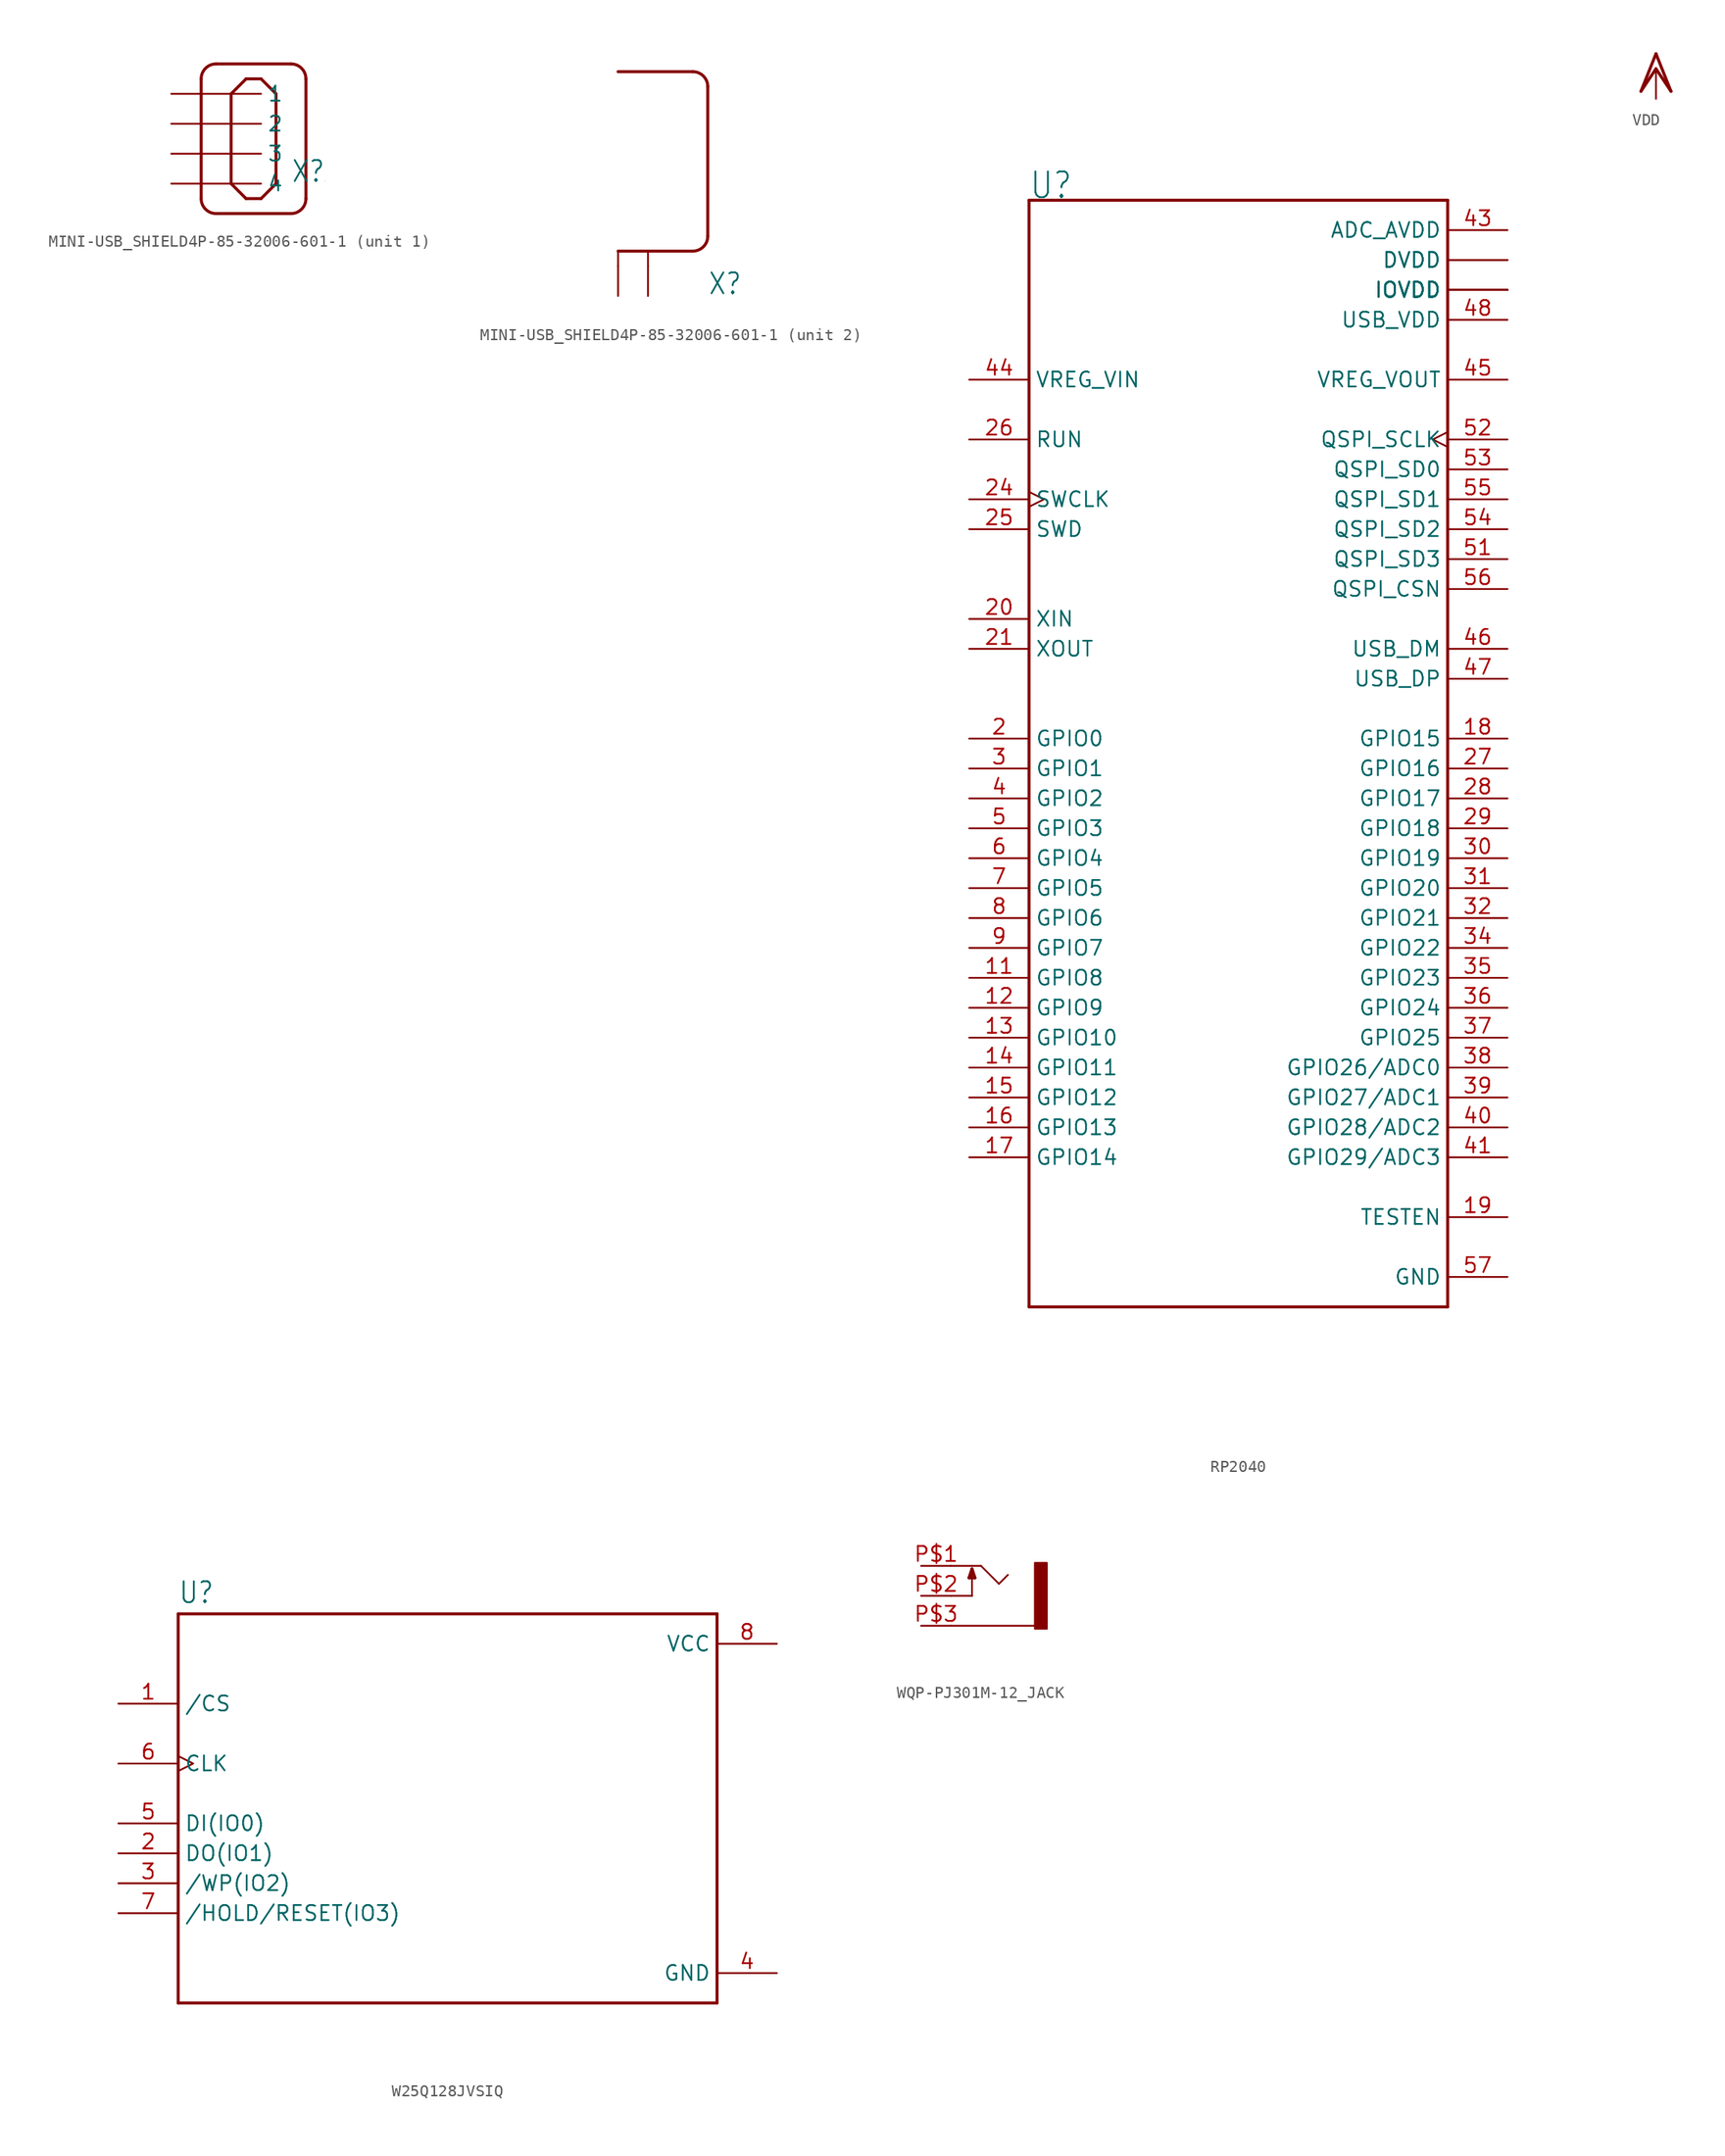
<source format=kicad_sym>
(kicad_symbol_lib
  (version 20231120)
  (generator "kicad_symbol_editor")
  (generator_version "8.0")
  (symbol "MINI-USB_SHIELD4P-85-32006-601-1"
    (property "Reference" "X"
      (at 5.08 -2.54 0)
      (effects (font (size 1.778 1.511)) (justify left bottom)))
    (property "ki_locked" ""
      (at 0 0 0)
      (effects (font (size 1.27 1.27))))
    (symbol "MINI-USB_SHIELD4P-85-32006-601-1_1_0"
      (arc (start -2.54 -3.81) (mid -2.168 -4.708) (end -1.27 -5.08) (stroke (width 0.254) (type solid)) (fill (type none)))
      (arc (start -1.27 7.62) (mid -2.168 7.248) (end -2.54 6.35) (stroke (width 0.254) (type solid)) (fill (type none)))
      (polyline (pts (xy -2.54 6.35) (xy -2.54 -3.81)) (stroke (width 0.254) (type solid)) (fill (type none)))
      (polyline (pts (xy -1.27 -5.08) (xy 5.08 -5.08)) (stroke (width 0.254) (type solid)) (fill (type none)))
      (polyline (pts (xy -1.27 7.62) (xy 5.08 7.62)) (stroke (width 0.254) (type solid)) (fill (type none)))
      (polyline (pts (xy 0 -2.54) (xy 1.27 -3.81)) (stroke (width 0.254) (type solid)) (fill (type none)))
      (polyline (pts (xy 0 5.08) (xy 0 -2.54)) (stroke (width 0.254) (type solid)) (fill (type none)))
      (polyline (pts (xy 1.27 -3.81) (xy 2.54 -3.81)) (stroke (width 0.254) (type solid)) (fill (type none)))
      (polyline (pts (xy 1.27 6.35) (xy 0 5.08)) (stroke (width 0.254) (type solid)) (fill (type none)))
      (polyline (pts (xy 2.54 -3.81) (xy 3.81 -2.54)) (stroke (width 0.254) (type solid)) (fill (type none)))
      (polyline (pts (xy 2.54 6.35) (xy 1.27 6.35)) (stroke (width 0.254) (type solid)) (fill (type none)))
      (polyline (pts (xy 2.54 6.35) (xy 3.81 5.08)) (stroke (width 0.254) (type solid)) (fill (type none)))
      (polyline (pts (xy 3.81 -2.54) (xy 3.81 5.08)) (stroke (width 0.254) (type solid)) (fill (type none)))
      (polyline (pts (xy 6.35 -3.81) (xy 6.35 6.35)) (stroke (width 0.254) (type solid)) (fill (type none)))
      (arc (start 5.08 -5.08) (mid 5.978 -4.708) (end 6.35 -3.81) (stroke (width 0.254) (type solid)) (fill (type none)))
      (arc (start 6.35 6.35) (mid 5.978 7.248) (end 5.08 7.62) (stroke (width 0.254) (type solid)) (fill (type none)))
      (pin passive line (at -5.08 5.08 0) (length 7.62) (name "1" (effects (font (size 1.27 1.27)))) (number "1" (effects (font (size 0 0)))))
      (pin passive line (at -5.08 2.54 0) (length 7.62) (name "2" (effects (font (size 1.27 1.27)))) (number "2" (effects (font (size 0 0)))))
      (pin passive line (at -5.08 0 0) (length 7.62) (name "3" (effects (font (size 1.27 1.27)))) (number "3" (effects (font (size 0 0)))))
      (pin passive line (at -5.08 -2.54 0) (length 7.62) (name "4" (effects (font (size 1.27 1.27)))) (number "4" (effects (font (size 0 0))))))
    (symbol "MINI-USB_SHIELD4P-85-32006-601-1_2_0"
      (polyline (pts (xy -2.54 0) (xy -2.54 1.27)) (stroke (width 0.152) (type solid)) (fill (type none)))
      (polyline (pts (xy -2.54 1.27) (xy 0 1.27)) (stroke (width 0.254) (type solid)) (fill (type none)))
      (polyline (pts (xy -2.54 16.51) (xy 3.81 16.51)) (stroke (width 0.254) (type solid)) (fill (type none)))
      (polyline (pts (xy 0 0) (xy 0 1.27)) (stroke (width 0.152) (type solid)) (fill (type none)))
      (polyline (pts (xy 0 1.27) (xy 3.81 1.27)) (stroke (width 0.254) (type solid)) (fill (type none)))
      (polyline (pts (xy 5.08 2.54) (xy 5.08 15.24)) (stroke (width 0.254) (type solid)) (fill (type none)))
      (arc (start 3.81 1.27) (mid 4.708 1.642) (end 5.08 2.54) (stroke (width 0.254) (type solid)) (fill (type none)))
      (arc (start 5.08 15.24) (mid 4.708 16.138) (end 3.81 16.51) (stroke (width 0.254) (type solid)) (fill (type none)))
      (pin passive line (at -2.54 -2.54 90) (length 2.54) (name "S1" (effects (font (size 0 0)))) (number "M1" (effects (font (size 0 0)))))
      (pin passive line (at 0 -2.54 90) (length 2.54) (name "S2" (effects (font (size 0 0)))) (number "M2" (effects (font (size 0 0)))))))
  (symbol "RP2040"
    (property "Reference" "U"
      (at -17.78 50.8 0)
      (effects (font (size 2.184 1.857)) (justify left top)))
    (property "Value" ""
      (at -17.78 -48.26 0)
      (effects (font (size 2.184 1.857)) (justify left bottom)))
    (property "ki_locked" ""
      (at 0 0 0)
      (effects (font (size 1.27 1.27))))
    (symbol "RP2040_1_0"
      (polyline (pts (xy -17.78 -45.72) (xy 17.78 -45.72)) (stroke (width 0.254) (type solid)) (fill (type none)))
      (polyline (pts (xy -17.78 48.26) (xy -17.78 -45.72)) (stroke (width 0.254) (type solid)) (fill (type none)))
      (polyline (pts (xy 17.78 -45.72) (xy 17.78 48.26)) (stroke (width 0.254) (type solid)) (fill (type none)))
      (polyline (pts (xy 17.78 48.26) (xy -17.78 48.26)) (stroke (width 0.254) (type solid)) (fill (type none)))
      (pin power_in line (at 22.86 40.64 180) (length 5.08) (name "IOVDD" (effects (font (size 1.27 1.27)))) (number "1" (effects (font (size 0 0)))))
      (pin power_in line (at 22.86 40.64 180) (length 5.08) (name "IOVDD" (effects (font (size 1.27 1.27)))) (number "10" (effects (font (size 0 0)))))
      (pin bidirectional line (at -22.86 -17.78 0) (length 5.08) (name "GPIO8" (effects (font (size 1.27 1.27)))) (number "11" (effects (font (size 1.27 1.27)))))
      (pin bidirectional line (at -22.86 -20.32 0) (length 5.08) (name "GPIO9" (effects (font (size 1.27 1.27)))) (number "12" (effects (font (size 1.27 1.27)))))
      (pin bidirectional line (at -22.86 -22.86 0) (length 5.08) (name "GPIO10" (effects (font (size 1.27 1.27)))) (number "13" (effects (font (size 1.27 1.27)))))
      (pin bidirectional line (at -22.86 -25.4 0) (length 5.08) (name "GPIO11" (effects (font (size 1.27 1.27)))) (number "14" (effects (font (size 1.27 1.27)))))
      (pin bidirectional line (at -22.86 -27.94 0) (length 5.08) (name "GPIO12" (effects (font (size 1.27 1.27)))) (number "15" (effects (font (size 1.27 1.27)))))
      (pin bidirectional line (at -22.86 -30.48 0) (length 5.08) (name "GPIO13" (effects (font (size 1.27 1.27)))) (number "16" (effects (font (size 1.27 1.27)))))
      (pin bidirectional line (at -22.86 -33.02 0) (length 5.08) (name "GPIO14" (effects (font (size 1.27 1.27)))) (number "17" (effects (font (size 1.27 1.27)))))
      (pin bidirectional line (at 22.86 2.54 180) (length 5.08) (name "GPIO15" (effects (font (size 1.27 1.27)))) (number "18" (effects (font (size 1.27 1.27)))))
      (pin passive line (at 22.86 -38.1 180) (length 5.08) (name "TESTEN" (effects (font (size 1.27 1.27)))) (number "19" (effects (font (size 1.27 1.27)))))
      (pin bidirectional line (at -22.86 2.54 0) (length 5.08) (name "GPIO0" (effects (font (size 1.27 1.27)))) (number "2" (effects (font (size 1.27 1.27)))))
      (pin input line (at -22.86 12.7 0) (length 5.08) (name "XIN" (effects (font (size 1.27 1.27)))) (number "20" (effects (font (size 1.27 1.27)))))
      (pin output line (at -22.86 10.16 0) (length 5.08) (name "XOUT" (effects (font (size 1.27 1.27)))) (number "21" (effects (font (size 1.27 1.27)))))
      (pin power_in line (at 22.86 40.64 180) (length 5.08) (name "IOVDD" (effects (font (size 1.27 1.27)))) (number "22" (effects (font (size 0 0)))))
      (pin power_in line (at 22.86 43.18 180) (length 5.08) (name "DVDD" (effects (font (size 1.27 1.27)))) (number "23" (effects (font (size 0 0)))))
      (pin input clock (at -22.86 22.86 0) (length 5.08) (name "SWCLK" (effects (font (size 1.27 1.27)))) (number "24" (effects (font (size 1.27 1.27)))))
      (pin bidirectional line (at -22.86 20.32 0) (length 5.08) (name "SWD" (effects (font (size 1.27 1.27)))) (number "25" (effects (font (size 1.27 1.27)))))
      (pin input line (at -22.86 27.94 0) (length 5.08) (name "RUN" (effects (font (size 1.27 1.27)))) (number "26" (effects (font (size 1.27 1.27)))))
      (pin bidirectional line (at 22.86 0 180) (length 5.08) (name "GPIO16" (effects (font (size 1.27 1.27)))) (number "27" (effects (font (size 1.27 1.27)))))
      (pin bidirectional line (at 22.86 -2.54 180) (length 5.08) (name "GPIO17" (effects (font (size 1.27 1.27)))) (number "28" (effects (font (size 1.27 1.27)))))
      (pin bidirectional line (at 22.86 -5.08 180) (length 5.08) (name "GPIO18" (effects (font (size 1.27 1.27)))) (number "29" (effects (font (size 1.27 1.27)))))
      (pin bidirectional line (at -22.86 0 0) (length 5.08) (name "GPIO1" (effects (font (size 1.27 1.27)))) (number "3" (effects (font (size 1.27 1.27)))))
      (pin bidirectional line (at 22.86 -7.62 180) (length 5.08) (name "GPIO19" (effects (font (size 1.27 1.27)))) (number "30" (effects (font (size 1.27 1.27)))))
      (pin bidirectional line (at 22.86 -10.16 180) (length 5.08) (name "GPIO20" (effects (font (size 1.27 1.27)))) (number "31" (effects (font (size 1.27 1.27)))))
      (pin bidirectional line (at 22.86 -12.7 180) (length 5.08) (name "GPIO21" (effects (font (size 1.27 1.27)))) (number "32" (effects (font (size 1.27 1.27)))))
      (pin power_in line (at 22.86 40.64 180) (length 5.08) (name "IOVDD" (effects (font (size 1.27 1.27)))) (number "33" (effects (font (size 0 0)))))
      (pin bidirectional line (at 22.86 -15.24 180) (length 5.08) (name "GPIO22" (effects (font (size 1.27 1.27)))) (number "34" (effects (font (size 1.27 1.27)))))
      (pin bidirectional line (at 22.86 -17.78 180) (length 5.08) (name "GPIO23" (effects (font (size 1.27 1.27)))) (number "35" (effects (font (size 1.27 1.27)))))
      (pin bidirectional line (at 22.86 -20.32 180) (length 5.08) (name "GPIO24" (effects (font (size 1.27 1.27)))) (number "36" (effects (font (size 1.27 1.27)))))
      (pin bidirectional line (at 22.86 -22.86 180) (length 5.08) (name "GPIO25" (effects (font (size 1.27 1.27)))) (number "37" (effects (font (size 1.27 1.27)))))
      (pin bidirectional line (at 22.86 -25.4 180) (length 5.08) (name "GPIO26/ADC0" (effects (font (size 1.27 1.27)))) (number "38" (effects (font (size 1.27 1.27)))))
      (pin bidirectional line (at 22.86 -27.94 180) (length 5.08) (name "GPIO27/ADC1" (effects (font (size 1.27 1.27)))) (number "39" (effects (font (size 1.27 1.27)))))
      (pin bidirectional line (at -22.86 -2.54 0) (length 5.08) (name "GPIO2" (effects (font (size 1.27 1.27)))) (number "4" (effects (font (size 1.27 1.27)))))
      (pin bidirectional line (at 22.86 -30.48 180) (length 5.08) (name "GPIO28/ADC2" (effects (font (size 1.27 1.27)))) (number "40" (effects (font (size 1.27 1.27)))))
      (pin bidirectional line (at 22.86 -33.02 180) (length 5.08) (name "GPIO29/ADC3" (effects (font (size 1.27 1.27)))) (number "41" (effects (font (size 1.27 1.27)))))
      (pin power_in line (at 22.86 40.64 180) (length 5.08) (name "IOVDD" (effects (font (size 1.27 1.27)))) (number "42" (effects (font (size 0 0)))))
      (pin power_in line (at 22.86 45.72 180) (length 5.08) (name "ADC_AVDD" (effects (font (size 1.27 1.27)))) (number "43" (effects (font (size 1.27 1.27)))))
      (pin input line (at -22.86 33.02 0) (length 5.08) (name "VREG_VIN" (effects (font (size 1.27 1.27)))) (number "44" (effects (font (size 1.27 1.27)))))
      (pin output line (at 22.86 33.02 180) (length 5.08) (name "VREG_VOUT" (effects (font (size 1.27 1.27)))) (number "45" (effects (font (size 1.27 1.27)))))
      (pin bidirectional line (at 22.86 10.16 180) (length 5.08) (name "USB_DM" (effects (font (size 1.27 1.27)))) (number "46" (effects (font (size 1.27 1.27)))))
      (pin bidirectional line (at 22.86 7.62 180) (length 5.08) (name "USB_DP" (effects (font (size 1.27 1.27)))) (number "47" (effects (font (size 1.27 1.27)))))
      (pin power_in line (at 22.86 38.1 180) (length 5.08) (name "USB_VDD" (effects (font (size 1.27 1.27)))) (number "48" (effects (font (size 1.27 1.27)))))
      (pin power_in line (at 22.86 40.64 180) (length 5.08) (name "IOVDD" (effects (font (size 1.27 1.27)))) (number "49" (effects (font (size 0 0)))))
      (pin bidirectional line (at -22.86 -5.08 0) (length 5.08) (name "GPIO3" (effects (font (size 1.27 1.27)))) (number "5" (effects (font (size 1.27 1.27)))))
      (pin power_in line (at 22.86 43.18 180) (length 5.08) (name "DVDD" (effects (font (size 1.27 1.27)))) (number "50" (effects (font (size 0 0)))))
      (pin bidirectional line (at 22.86 17.78 180) (length 5.08) (name "QSPI_SD3" (effects (font (size 1.27 1.27)))) (number "51" (effects (font (size 1.27 1.27)))))
      (pin bidirectional clock (at 22.86 27.94 180) (length 5.08) (name "QSPI_SCLK" (effects (font (size 1.27 1.27)))) (number "52" (effects (font (size 1.27 1.27)))))
      (pin bidirectional line (at 22.86 25.4 180) (length 5.08) (name "QSPI_SD0" (effects (font (size 1.27 1.27)))) (number "53" (effects (font (size 1.27 1.27)))))
      (pin bidirectional line (at 22.86 20.32 180) (length 5.08) (name "QSPI_SD2" (effects (font (size 1.27 1.27)))) (number "54" (effects (font (size 1.27 1.27)))))
      (pin bidirectional line (at 22.86 22.86 180) (length 5.08) (name "QSPI_SD1" (effects (font (size 1.27 1.27)))) (number "55" (effects (font (size 1.27 1.27)))))
      (pin bidirectional line (at 22.86 15.24 180) (length 5.08) (name "QSPI_CSN" (effects (font (size 1.27 1.27)))) (number "56" (effects (font (size 1.27 1.27)))))
      (pin power_in line (at 22.86 -43.18 180) (length 5.08) (name "GND" (effects (font (size 1.27 1.27)))) (number "57" (effects (font (size 1.27 1.27)))))
      (pin bidirectional line (at -22.86 -7.62 0) (length 5.08) (name "GPIO4" (effects (font (size 1.27 1.27)))) (number "6" (effects (font (size 1.27 1.27)))))
      (pin bidirectional line (at -22.86 -10.16 0) (length 5.08) (name "GPIO5" (effects (font (size 1.27 1.27)))) (number "7" (effects (font (size 1.27 1.27)))))
      (pin bidirectional line (at -22.86 -12.7 0) (length 5.08) (name "GPIO6" (effects (font (size 1.27 1.27)))) (number "8" (effects (font (size 1.27 1.27)))))
      (pin bidirectional line (at -22.86 -15.24 0) (length 5.08) (name "GPIO7" (effects (font (size 1.27 1.27)))) (number "9" (effects (font (size 1.27 1.27)))))))
  (symbol "VDD"
    (power)
    (property "Reference" "#VDD"
      (at 0 0 0)
      (effects (font (size 1.27 1.27)) (hide yes)))
    (property "Value" ""
      (at -2.54 -2.54 90)
      (effects (font (size 1.778 1.511)) (justify left bottom)))
    (property "ki_locked" ""
      (at 0 0 0)
      (effects (font (size 1.27 1.27))))
    (symbol "VDD_1_0"
      (polyline (pts (xy 0 0) (xy -1.27 -1.905)) (stroke (width 0.254) (type solid)) (fill (type none)))
      (polyline (pts (xy 0 1.27) (xy -1.27 -1.905)) (stroke (width 0.254) (type solid)) (fill (type none)))
      (polyline (pts (xy 1.27 -1.905) (xy 0 0)) (stroke (width 0.254) (type solid)) (fill (type none)))
      (polyline (pts (xy 1.27 -1.905) (xy 0 1.27)) (stroke (width 0.254) (type solid)) (fill (type none)))
      (pin power_in line (at 0 -2.54 90) (length 2.54) (name "VDD" (effects (font (size 0 0)))) (number "1" (effects (font (size 0 0)))))))
  (symbol "W25Q128JVSIQ"
    (property "Reference" "U"
      (at -22.86 16.002 0)
      (effects (font (size 1.778 1.511)) (justify left bottom)))
    (property "Value" ""
      (at -22.86 -20.32 0)
      (effects (font (size 1.778 1.511)) (justify left bottom)))
    (property "ki_locked" ""
      (at 0 0 0)
      (effects (font (size 1.27 1.27))))
    (symbol "W25Q128JVSIQ_1_0"
      (polyline (pts (xy -22.86 -17.78) (xy -22.86 15.24)) (stroke (width 0.254) (type solid)) (fill (type none)))
      (polyline (pts (xy -22.86 15.24) (xy 22.86 15.24)) (stroke (width 0.254) (type solid)) (fill (type none)))
      (polyline (pts (xy 22.86 -17.78) (xy -22.86 -17.78)) (stroke (width 0.254) (type solid)) (fill (type none)))
      (polyline (pts (xy 22.86 15.24) (xy 22.86 -17.78)) (stroke (width 0.254) (type solid)) (fill (type none)))
      (pin input line (at -27.94 7.62 0) (length 5.08) (name "/CS" (effects (font (size 1.27 1.27)))) (number "1" (effects (font (size 1.27 1.27)))))
      (pin bidirectional line (at -27.94 -5.08 0) (length 5.08) (name "DO(IO1)" (effects (font (size 1.27 1.27)))) (number "2" (effects (font (size 1.27 1.27)))))
      (pin bidirectional line (at -27.94 -7.62 0) (length 5.08) (name "/WP(IO2)" (effects (font (size 1.27 1.27)))) (number "3" (effects (font (size 1.27 1.27)))))
      (pin power_in line (at 27.94 -15.24 180) (length 5.08) (name "GND" (effects (font (size 1.27 1.27)))) (number "4" (effects (font (size 1.27 1.27)))))
      (pin bidirectional line (at -27.94 -2.54 0) (length 5.08) (name "DI(IO0)" (effects (font (size 1.27 1.27)))) (number "5" (effects (font (size 1.27 1.27)))))
      (pin input clock (at -27.94 2.54 0) (length 5.08) (name "CLK" (effects (font (size 1.27 1.27)))) (number "6" (effects (font (size 1.27 1.27)))))
      (pin bidirectional line (at -27.94 -10.16 0) (length 5.08) (name "/HOLD/RESET(IO3)" (effects (font (size 1.27 1.27)))) (number "7" (effects (font (size 1.27 1.27)))))
      (pin power_in line (at 27.94 12.7 180) (length 5.08) (name "VCC" (effects (font (size 1.27 1.27)))) (number "8" (effects (font (size 1.27 1.27)))))))
  (symbol "WQP-PJ301M-12_JACK"
    (property "Reference" ""
      (at -2.54 4.064 0)
      (effects (font (size 1.778 1.511)) (justify left bottom) (hide yes)))
    (property "Value" ""
      (at -2.54 -6.096 0)
      (effects (font (size 1.778 1.511)) (justify left bottom)))
    (property "ki_locked" ""
      (at 0 0 0)
      (effects (font (size 1.27 1.27))))
    (symbol "WQP-PJ301M-12_JACK_1_0"
      (polyline (pts (xy -2.54 -2.54) (xy 4.572 -2.54)) (stroke (width 0.152) (type solid)) (fill (type none)))
      (polyline (pts (xy -2.54 0) (xy -0.762 0)) (stroke (width 0.152) (type solid)) (fill (type none)))
      (polyline (pts (xy -2.54 2.54) (xy 0 2.54)) (stroke (width 0.152) (type solid)) (fill (type none)))
      (polyline (pts (xy -1.016 1.524) (xy -0.508 1.524)) (stroke (width 0.254) (type solid)) (fill (type none)))
      (polyline (pts (xy -0.762 0) (xy -0.762 2.286)) (stroke (width 0.152) (type solid)) (fill (type none)))
      (polyline (pts (xy -0.762 2.286) (xy -1.016 1.524)) (stroke (width 0.254) (type solid)) (fill (type none)))
      (polyline (pts (xy -0.508 1.524) (xy -0.762 2.286)) (stroke (width 0.254) (type solid)) (fill (type none)))
      (polyline (pts (xy 0 2.54) (xy 1.524 1.016)) (stroke (width 0.152) (type solid)) (fill (type none)))
      (polyline (pts (xy 1.524 1.016) (xy 2.286 1.778)) (stroke (width 0.152) (type solid)) (fill (type none)))
      (rectangle (start 4.572 2.794) (end 5.588 -2.794) (stroke (width 0) (type default)) (fill (type outline)))
      (pin passive line (at -5.08 2.54 0) (length 2.54) (name "2" (effects (font (size 0 0)))) (number "P$1" (effects (font (size 1.27 1.27)))))
      (pin passive line (at -5.08 0 0) (length 2.54) (name "3" (effects (font (size 0 0)))) (number "P$2" (effects (font (size 1.27 1.27)))))
      (pin passive line (at -5.08 -2.54 0) (length 2.54) (name "1" (effects (font (size 0 0)))) (number "P$3" (effects (font (size 1.27 1.27))))))))
</source>
